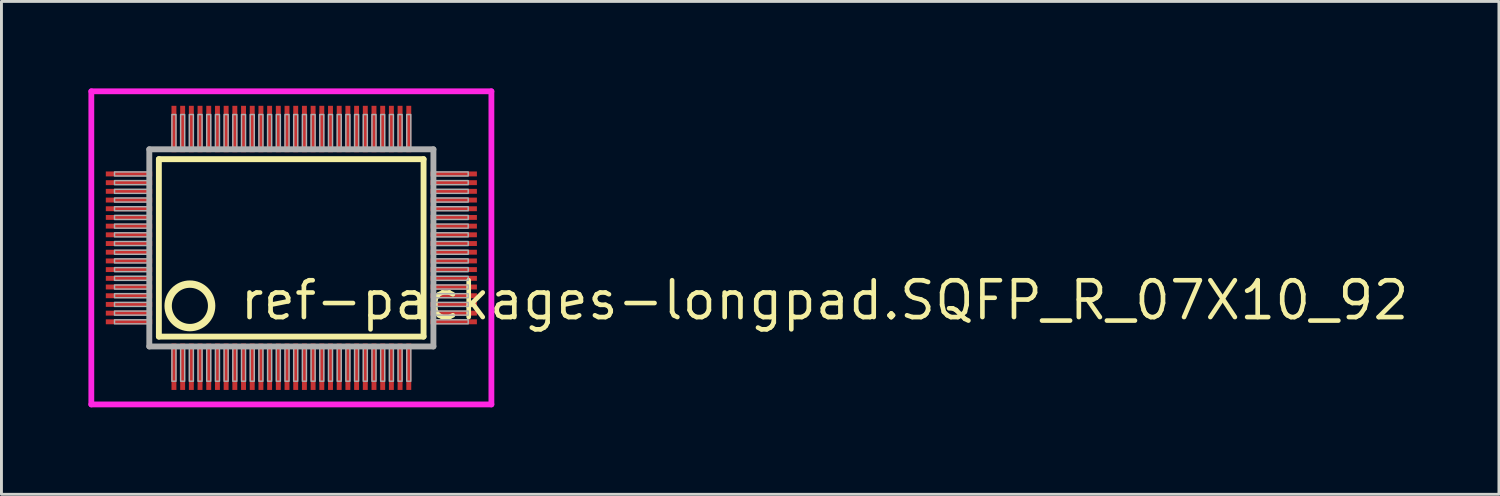
<source format=kicad_pcb>
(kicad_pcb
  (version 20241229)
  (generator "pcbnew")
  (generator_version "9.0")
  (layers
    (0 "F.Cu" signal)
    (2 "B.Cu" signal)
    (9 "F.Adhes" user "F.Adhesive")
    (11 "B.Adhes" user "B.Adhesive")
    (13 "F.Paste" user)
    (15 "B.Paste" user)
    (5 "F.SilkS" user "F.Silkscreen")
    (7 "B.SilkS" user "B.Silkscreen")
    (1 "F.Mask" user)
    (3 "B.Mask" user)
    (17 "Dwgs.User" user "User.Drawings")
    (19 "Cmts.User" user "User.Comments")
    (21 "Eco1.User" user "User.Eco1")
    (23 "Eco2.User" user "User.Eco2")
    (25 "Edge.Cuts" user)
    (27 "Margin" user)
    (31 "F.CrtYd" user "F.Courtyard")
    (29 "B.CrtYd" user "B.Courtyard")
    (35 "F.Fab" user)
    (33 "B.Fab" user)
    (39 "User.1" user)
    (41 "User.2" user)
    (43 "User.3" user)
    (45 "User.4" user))
  (footprint "ref-packages-longpad.SQFP_R_07X10_92"
    (layer "F.Cu")
    (at 7 5.5)
    (property "Reference" "ref-packages-longpad.SQFP_R_07X10_92" (at -1.85 2.55 0) (layer "F.SilkS") (effects (font (size 1.27 1.27) (thickness 0.16)) (justify left bottom)))
    (attr smd)
    (fp_line (start -4.57 -3.06) (end 4.56 -3.06) (stroke (width 0.203) (type default)) (layer "F.SilkS"))
    (fp_line (start -4.57 3.06) (end -4.57 -3.06) (stroke (width 0.203) (type default)) (layer "F.SilkS"))
    (fp_line (start 4.56 -3.06) (end 4.56 3.06) (stroke (width 0.203) (type default)) (layer "F.SilkS"))
    (fp_line (start 4.56 3.06) (end -4.57 3.06) (stroke (width 0.203) (type default)) (layer "F.SilkS"))
    (fp_circle (center -3.5 2) (end -2.75 2) (stroke (width 0.254) (type default)) (fill no) (layer "F.SilkS"))
    (fp_line (start -6.9 -5.4) (end 6.9 -5.4) (stroke (width 0.2) (type default)) (layer "F.CrtYd"))
    (fp_line (start -6.9 5.4) (end -6.9 -5.4) (stroke (width 0.2) (type default)) (layer "F.CrtYd"))
    (fp_line (start 6.9 -5.4) (end 6.9 5.4) (stroke (width 0.2) (type default)) (layer "F.CrtYd"))
    (fp_line (start 6.9 5.4) (end -6.9 5.4) (stroke (width 0.2) (type default)) (layer "F.CrtYd"))
    (fp_line (start -4.9 -3.4) (end -4.9 3.4) (stroke (width 0.203) (type default)) (layer "F.Fab"))
    (fp_line (start -4.9 3.4) (end 4.9 3.4) (stroke (width 0.203) (type default)) (layer "F.Fab"))
    (fp_line (start 4.9 -3.4) (end -4.9 -3.4) (stroke (width 0.203) (type default)) (layer "F.Fab"))
    (fp_line (start 4.9 3.4) (end 4.9 -3.4) (stroke (width 0.203) (type default)) (layer "F.Fab"))
    (fp_rect (start -6.1 -2.48) (end -4.95 -2.62) (stroke (width 0.05) (type default)) (fill no) (layer "F.Fab"))
    (fp_rect (start -6.1 -2.18) (end -4.95 -2.32) (stroke (width 0.05) (type default)) (fill no) (layer "F.Fab"))
    (fp_rect (start -6.1 -1.88) (end -4.95 -2.02) (stroke (width 0.05) (type default)) (fill no) (layer "F.Fab"))
    (fp_rect (start -6.1 -1.58) (end -4.95 -1.72) (stroke (width 0.05) (type default)) (fill no) (layer "F.Fab"))
    (fp_rect (start -6.1 -1.28) (end -4.95 -1.42) (stroke (width 0.05) (type default)) (fill no) (layer "F.Fab"))
    (fp_rect (start -6.1 -0.98) (end -4.95 -1.12) (stroke (width 0.05) (type default)) (fill no) (layer "F.Fab"))
    (fp_rect (start -6.1 -0.68) (end -4.95 -0.82) (stroke (width 0.05) (type default)) (fill no) (layer "F.Fab"))
    (fp_rect (start -6.1 -0.38) (end -4.95 -0.52) (stroke (width 0.05) (type default)) (fill no) (layer "F.Fab"))
    (fp_rect (start -6.1 -0.08) (end -4.95 -0.22) (stroke (width 0.05) (type default)) (fill no) (layer "F.Fab"))
    (fp_rect (start -6.1 0.22) (end -4.95 0.08) (stroke (width 0.05) (type default)) (fill no) (layer "F.Fab"))
    (fp_rect (start -6.1 0.52) (end -4.95 0.38) (stroke (width 0.05) (type default)) (fill no) (layer "F.Fab"))
    (fp_rect (start -6.1 0.82) (end -4.95 0.68) (stroke (width 0.05) (type default)) (fill no) (layer "F.Fab"))
    (fp_rect (start -6.1 1.12) (end -4.95 0.98) (stroke (width 0.05) (type default)) (fill no) (layer "F.Fab"))
    (fp_rect (start -6.1 1.42) (end -4.95 1.28) (stroke (width 0.05) (type default)) (fill no) (layer "F.Fab"))
    (fp_rect (start -6.1 1.72) (end -4.95 1.58) (stroke (width 0.05) (type default)) (fill no) (layer "F.Fab"))
    (fp_rect (start -6.1 2.02) (end -4.95 1.88) (stroke (width 0.05) (type default)) (fill no) (layer "F.Fab"))
    (fp_rect (start -6.1 2.32) (end -4.95 2.18) (stroke (width 0.05) (type default)) (fill no) (layer "F.Fab"))
    (fp_rect (start -6.1 2.62) (end -4.95 2.48) (stroke (width 0.05) (type default)) (fill no) (layer "F.Fab"))
    (fp_rect (start -4.12 -3.45) (end -3.98 -4.6) (stroke (width 0.05) (type default)) (fill no) (layer "F.Fab"))
    (fp_rect (start -4.12 4.6) (end -3.98 3.45) (stroke (width 0.05) (type default)) (fill no) (layer "F.Fab"))
    (fp_rect (start -3.82 -3.45) (end -3.68 -4.6) (stroke (width 0.05) (type default)) (fill no) (layer "F.Fab"))
    (fp_rect (start -3.82 4.6) (end -3.68 3.45) (stroke (width 0.05) (type default)) (fill no) (layer "F.Fab"))
    (fp_rect (start -3.52 -3.45) (end -3.38 -4.6) (stroke (width 0.05) (type default)) (fill no) (layer "F.Fab"))
    (fp_rect (start -3.52 4.6) (end -3.38 3.45) (stroke (width 0.05) (type default)) (fill no) (layer "F.Fab"))
    (fp_rect (start -3.22 -3.45) (end -3.08 -4.6) (stroke (width 0.05) (type default)) (fill no) (layer "F.Fab"))
    (fp_rect (start -3.22 4.6) (end -3.08 3.45) (stroke (width 0.05) (type default)) (fill no) (layer "F.Fab"))
    (fp_rect (start -2.92 -3.45) (end -2.78 -4.6) (stroke (width 0.05) (type default)) (fill no) (layer "F.Fab"))
    (fp_rect (start -2.92 4.6) (end -2.78 3.45) (stroke (width 0.05) (type default)) (fill no) (layer "F.Fab"))
    (fp_rect (start -2.62 -3.45) (end -2.48 -4.6) (stroke (width 0.05) (type default)) (fill no) (layer "F.Fab"))
    (fp_rect (start -2.62 4.6) (end -2.48 3.45) (stroke (width 0.05) (type default)) (fill no) (layer "F.Fab"))
    (fp_rect (start -2.32 -3.45) (end -2.18 -4.6) (stroke (width 0.05) (type default)) (fill no) (layer "F.Fab"))
    (fp_rect (start -2.32 4.6) (end -2.18 3.45) (stroke (width 0.05) (type default)) (fill no) (layer "F.Fab"))
    (fp_rect (start -2.02 -3.45) (end -1.88 -4.6) (stroke (width 0.05) (type default)) (fill no) (layer "F.Fab"))
    (fp_rect (start -2.02 4.6) (end -1.88 3.45) (stroke (width 0.05) (type default)) (fill no) (layer "F.Fab"))
    (fp_rect (start -1.72 -3.45) (end -1.58 -4.6) (stroke (width 0.05) (type default)) (fill no) (layer "F.Fab"))
    (fp_rect (start -1.72 4.6) (end -1.58 3.45) (stroke (width 0.05) (type default)) (fill no) (layer "F.Fab"))
    (fp_rect (start -1.42 -3.45) (end -1.28 -4.6) (stroke (width 0.05) (type default)) (fill no) (layer "F.Fab"))
    (fp_rect (start -1.42 4.6) (end -1.28 3.45) (stroke (width 0.05) (type default)) (fill no) (layer "F.Fab"))
    (fp_rect (start -1.12 -3.45) (end -0.98 -4.6) (stroke (width 0.05) (type default)) (fill no) (layer "F.Fab"))
    (fp_rect (start -1.12 4.6) (end -0.98 3.45) (stroke (width 0.05) (type default)) (fill no) (layer "F.Fab"))
    (fp_rect (start -0.82 -3.45) (end -0.68 -4.6) (stroke (width 0.05) (type default)) (fill no) (layer "F.Fab"))
    (fp_rect (start -0.82 4.6) (end -0.68 3.45) (stroke (width 0.05) (type default)) (fill no) (layer "F.Fab"))
    (fp_rect (start -0.52 -3.45) (end -0.38 -4.6) (stroke (width 0.05) (type default)) (fill no) (layer "F.Fab"))
    (fp_rect (start -0.52 4.6) (end -0.38 3.45) (stroke (width 0.05) (type default)) (fill no) (layer "F.Fab"))
    (fp_rect (start -0.22 -3.45) (end -0.08 -4.6) (stroke (width 0.05) (type default)) (fill no) (layer "F.Fab"))
    (fp_rect (start -0.22 4.6) (end -0.08 3.45) (stroke (width 0.05) (type default)) (fill no) (layer "F.Fab"))
    (fp_rect (start 0.08 -3.45) (end 0.22 -4.6) (stroke (width 0.05) (type default)) (fill no) (layer "F.Fab"))
    (fp_rect (start 0.08 4.6) (end 0.22 3.45) (stroke (width 0.05) (type default)) (fill no) (layer "F.Fab"))
    (fp_rect (start 0.38 -3.45) (end 0.52 -4.6) (stroke (width 0.05) (type default)) (fill no) (layer "F.Fab"))
    (fp_rect (start 0.38 4.6) (end 0.52 3.45) (stroke (width 0.05) (type default)) (fill no) (layer "F.Fab"))
    (fp_rect (start 0.68 -3.45) (end 0.82 -4.6) (stroke (width 0.05) (type default)) (fill no) (layer "F.Fab"))
    (fp_rect (start 0.68 4.6) (end 0.82 3.45) (stroke (width 0.05) (type default)) (fill no) (layer "F.Fab"))
    (fp_rect (start 0.98 -3.45) (end 1.12 -4.6) (stroke (width 0.05) (type default)) (fill no) (layer "F.Fab"))
    (fp_rect (start 0.98 4.6) (end 1.12 3.45) (stroke (width 0.05) (type default)) (fill no) (layer "F.Fab"))
    (fp_rect (start 1.28 -3.45) (end 1.42 -4.6) (stroke (width 0.05) (type default)) (fill no) (layer "F.Fab"))
    (fp_rect (start 1.28 4.6) (end 1.42 3.45) (stroke (width 0.05) (type default)) (fill no) (layer "F.Fab"))
    (fp_rect (start 1.58 -3.45) (end 1.72 -4.6) (stroke (width 0.05) (type default)) (fill no) (layer "F.Fab"))
    (fp_rect (start 1.58 4.6) (end 1.72 3.45) (stroke (width 0.05) (type default)) (fill no) (layer "F.Fab"))
    (fp_rect (start 1.88 -3.45) (end 2.02 -4.6) (stroke (width 0.05) (type default)) (fill no) (layer "F.Fab"))
    (fp_rect (start 1.88 4.6) (end 2.02 3.45) (stroke (width 0.05) (type default)) (fill no) (layer "F.Fab"))
    (fp_rect (start 2.18 -3.45) (end 2.32 -4.6) (stroke (width 0.05) (type default)) (fill no) (layer "F.Fab"))
    (fp_rect (start 2.18 4.6) (end 2.32 3.45) (stroke (width 0.05) (type default)) (fill no) (layer "F.Fab"))
    (fp_rect (start 2.48 -3.45) (end 2.62 -4.6) (stroke (width 0.05) (type default)) (fill no) (layer "F.Fab"))
    (fp_rect (start 2.48 4.6) (end 2.62 3.45) (stroke (width 0.05) (type default)) (fill no) (layer "F.Fab"))
    (fp_rect (start 2.78 -3.45) (end 2.92 -4.6) (stroke (width 0.05) (type default)) (fill no) (layer "F.Fab"))
    (fp_rect (start 2.78 4.6) (end 2.92 3.45) (stroke (width 0.05) (type default)) (fill no) (layer "F.Fab"))
    (fp_rect (start 3.08 -3.45) (end 3.22 -4.6) (stroke (width 0.05) (type default)) (fill no) (layer "F.Fab"))
    (fp_rect (start 3.08 4.6) (end 3.22 3.45) (stroke (width 0.05) (type default)) (fill no) (layer "F.Fab"))
    (fp_rect (start 3.38 -3.45) (end 3.52 -4.6) (stroke (width 0.05) (type default)) (fill no) (layer "F.Fab"))
    (fp_rect (start 3.38 4.6) (end 3.52 3.45) (stroke (width 0.05) (type default)) (fill no) (layer "F.Fab"))
    (fp_rect (start 3.68 -3.45) (end 3.82 -4.6) (stroke (width 0.05) (type default)) (fill no) (layer "F.Fab"))
    (fp_rect (start 3.68 4.6) (end 3.82 3.45) (stroke (width 0.05) (type default)) (fill no) (layer "F.Fab"))
    (fp_rect (start 3.98 -3.45) (end 4.12 -4.6) (stroke (width 0.05) (type default)) (fill no) (layer "F.Fab"))
    (fp_rect (start 3.98 4.6) (end 4.12 3.45) (stroke (width 0.05) (type default)) (fill no) (layer "F.Fab"))
    (fp_rect (start 4.95 -2.48) (end 6.1 -2.62) (stroke (width 0.05) (type default)) (fill no) (layer "F.Fab"))
    (fp_rect (start 4.95 -2.18) (end 6.1 -2.32) (stroke (width 0.05) (type default)) (fill no) (layer "F.Fab"))
    (fp_rect (start 4.95 -1.88) (end 6.1 -2.02) (stroke (width 0.05) (type default)) (fill no) (layer "F.Fab"))
    (fp_rect (start 4.95 -1.58) (end 6.1 -1.72) (stroke (width 0.05) (type default)) (fill no) (layer "F.Fab"))
    (fp_rect (start 4.95 -1.28) (end 6.1 -1.42) (stroke (width 0.05) (type default)) (fill no) (layer "F.Fab"))
    (fp_rect (start 4.95 -0.98) (end 6.1 -1.12) (stroke (width 0.05) (type default)) (fill no) (layer "F.Fab"))
    (fp_rect (start 4.95 -0.68) (end 6.1 -0.82) (stroke (width 0.05) (type default)) (fill no) (layer "F.Fab"))
    (fp_rect (start 4.95 -0.38) (end 6.1 -0.52) (stroke (width 0.05) (type default)) (fill no) (layer "F.Fab"))
    (fp_rect (start 4.95 -0.08) (end 6.1 -0.22) (stroke (width 0.05) (type default)) (fill no) (layer "F.Fab"))
    (fp_rect (start 4.95 0.22) (end 6.1 0.08) (stroke (width 0.05) (type default)) (fill no) (layer "F.Fab"))
    (fp_rect (start 4.95 0.52) (end 6.1 0.38) (stroke (width 0.05) (type default)) (fill no) (layer "F.Fab"))
    (fp_rect (start 4.95 0.82) (end 6.1 0.68) (stroke (width 0.05) (type default)) (fill no) (layer "F.Fab"))
    (fp_rect (start 4.95 1.12) (end 6.1 0.98) (stroke (width 0.05) (type default)) (fill no) (layer "F.Fab"))
    (fp_rect (start 4.95 1.42) (end 6.1 1.28) (stroke (width 0.05) (type default)) (fill no) (layer "F.Fab"))
    (fp_rect (start 4.95 1.72) (end 6.1 1.58) (stroke (width 0.05) (type default)) (fill no) (layer "F.Fab"))
    (fp_rect (start 4.95 2.02) (end 6.1 1.88) (stroke (width 0.05) (type default)) (fill no) (layer "F.Fab"))
    (fp_rect (start 4.95 2.32) (end 6.1 2.18) (stroke (width 0.05) (type default)) (fill no) (layer "F.Fab"))
    (fp_rect (start 4.95 2.62) (end 6.1 2.48) (stroke (width 0.05) (type default)) (fill no) (layer "F.Fab"))
    (pad "1" smd roundrect (at -4.05 4.1) (size 0.17 1.6) (layers "F.Cu" "F.Mask" "F.Paste") (roundrect_rratio 0.01))
    (pad "2" smd roundrect (at -3.75 4.1) (size 0.17 1.6) (layers "F.Cu" "F.Mask" "F.Paste") (roundrect_rratio 0.01))
    (pad "3" smd roundrect (at -3.45 4.1) (size 0.17 1.6) (layers "F.Cu" "F.Mask" "F.Paste") (roundrect_rratio 0.01))
    (pad "4" smd roundrect (at -3.15 4.1) (size 0.17 1.6) (layers "F.Cu" "F.Mask" "F.Paste") (roundrect_rratio 0.01))
    (pad "5" smd roundrect (at -2.85 4.1) (size 0.17 1.6) (layers "F.Cu" "F.Mask" "F.Paste") (roundrect_rratio 0.01))
    (pad "6" smd roundrect (at -2.55 4.1) (size 0.17 1.6) (layers "F.Cu" "F.Mask" "F.Paste") (roundrect_rratio 0.01))
    (pad "7" smd roundrect (at -2.25 4.1) (size 0.17 1.6) (layers "F.Cu" "F.Mask" "F.Paste") (roundrect_rratio 0.01))
    (pad "8" smd roundrect (at -1.95 4.1) (size 0.17 1.6) (layers "F.Cu" "F.Mask" "F.Paste") (roundrect_rratio 0.01))
    (pad "9" smd roundrect (at -1.65 4.1) (size 0.17 1.6) (layers "F.Cu" "F.Mask" "F.Paste") (roundrect_rratio 0.01))
    (pad "10" smd roundrect (at -1.35 4.1) (size 0.17 1.6) (layers "F.Cu" "F.Mask" "F.Paste") (roundrect_rratio 0.01))
    (pad "11" smd roundrect (at -1.05 4.1) (size 0.17 1.6) (layers "F.Cu" "F.Mask" "F.Paste") (roundrect_rratio 0.01))
    (pad "12" smd roundrect (at -0.75 4.1) (size 0.17 1.6) (layers "F.Cu" "F.Mask" "F.Paste") (roundrect_rratio 0.01))
    (pad "13" smd roundrect (at -0.45 4.1) (size 0.17 1.6) (layers "F.Cu" "F.Mask" "F.Paste") (roundrect_rratio 0.01))
    (pad "14" smd roundrect (at -0.15 4.1) (size 0.17 1.6) (layers "F.Cu" "F.Mask" "F.Paste") (roundrect_rratio 0.01))
    (pad "15" smd roundrect (at 0.15 4.1) (size 0.17 1.6) (layers "F.Cu" "F.Mask" "F.Paste") (roundrect_rratio 0.01))
    (pad "16" smd roundrect (at 0.45 4.1) (size 0.17 1.6) (layers "F.Cu" "F.Mask" "F.Paste") (roundrect_rratio 0.01))
    (pad "17" smd roundrect (at 0.75 4.1) (size 0.17 1.6) (layers "F.Cu" "F.Mask" "F.Paste") (roundrect_rratio 0.01))
    (pad "18" smd roundrect (at 1.05 4.1) (size 0.17 1.6) (layers "F.Cu" "F.Mask" "F.Paste") (roundrect_rratio 0.01))
    (pad "19" smd roundrect (at 1.35 4.1) (size 0.17 1.6) (layers "F.Cu" "F.Mask" "F.Paste") (roundrect_rratio 0.01))
    (pad "20" smd roundrect (at 1.65 4.1) (size 0.17 1.6) (layers "F.Cu" "F.Mask" "F.Paste") (roundrect_rratio 0.01))
    (pad "21" smd roundrect (at 1.95 4.1) (size 0.17 1.6) (layers "F.Cu" "F.Mask" "F.Paste") (roundrect_rratio 0.01))
    (pad "22" smd roundrect (at 2.25 4.1) (size 0.17 1.6) (layers "F.Cu" "F.Mask" "F.Paste") (roundrect_rratio 0.01))
    (pad "23" smd roundrect (at 2.55 4.1) (size 0.17 1.6) (layers "F.Cu" "F.Mask" "F.Paste") (roundrect_rratio 0.01))
    (pad "24" smd roundrect (at 2.85 4.1) (size 0.17 1.6) (layers "F.Cu" "F.Mask" "F.Paste") (roundrect_rratio 0.01))
    (pad "25" smd roundrect (at 3.15 4.1) (size 0.17 1.6) (layers "F.Cu" "F.Mask" "F.Paste") (roundrect_rratio 0.01))
    (pad "26" smd roundrect (at 3.45 4.1) (size 0.17 1.6) (layers "F.Cu" "F.Mask" "F.Paste") (roundrect_rratio 0.01))
    (pad "27" smd roundrect (at 3.75 4.1) (size 0.17 1.6) (layers "F.Cu" "F.Mask" "F.Paste") (roundrect_rratio 0.01))
    (pad "28" smd roundrect (at 4.05 4.1) (size 0.17 1.6) (layers "F.Cu" "F.Mask" "F.Paste") (roundrect_rratio 0.01))
    (pad "29" smd roundrect (at 5.6 2.55) (size 1.6 0.17) (layers "F.Cu" "F.Mask" "F.Paste") (roundrect_rratio 0.01))
    (pad "30" smd roundrect (at 5.6 2.25) (size 1.6 0.17) (layers "F.Cu" "F.Mask" "F.Paste") (roundrect_rratio 0.01))
    (pad "31" smd roundrect (at 5.6 1.95) (size 1.6 0.17) (layers "F.Cu" "F.Mask" "F.Paste") (roundrect_rratio 0.01))
    (pad "32" smd roundrect (at 5.6 1.65) (size 1.6 0.17) (layers "F.Cu" "F.Mask" "F.Paste") (roundrect_rratio 0.01))
    (pad "33" smd roundrect (at 5.6 1.35) (size 1.6 0.17) (layers "F.Cu" "F.Mask" "F.Paste") (roundrect_rratio 0.01))
    (pad "34" smd roundrect (at 5.6 1.05) (size 1.6 0.17) (layers "F.Cu" "F.Mask" "F.Paste") (roundrect_rratio 0.01))
    (pad "35" smd roundrect (at 5.6 0.75) (size 1.6 0.17) (layers "F.Cu" "F.Mask" "F.Paste") (roundrect_rratio 0.01))
    (pad "36" smd roundrect (at 5.6 0.45) (size 1.6 0.17) (layers "F.Cu" "F.Mask" "F.Paste") (roundrect_rratio 0.01))
    (pad "37" smd roundrect (at 5.6 0.15) (size 1.6 0.17) (layers "F.Cu" "F.Mask" "F.Paste") (roundrect_rratio 0.01))
    (pad "38" smd roundrect (at 5.6 -0.15) (size 1.6 0.17) (layers "F.Cu" "F.Mask" "F.Paste") (roundrect_rratio 0.01))
    (pad "39" smd roundrect (at 5.6 -0.45) (size 1.6 0.17) (layers "F.Cu" "F.Mask" "F.Paste") (roundrect_rratio 0.01))
    (pad "40" smd roundrect (at 5.6 -0.75) (size 1.6 0.17) (layers "F.Cu" "F.Mask" "F.Paste") (roundrect_rratio 0.01))
    (pad "41" smd roundrect (at 5.6 -1.05) (size 1.6 0.17) (layers "F.Cu" "F.Mask" "F.Paste") (roundrect_rratio 0.01))
    (pad "42" smd roundrect (at 5.6 -1.35) (size 1.6 0.17) (layers "F.Cu" "F.Mask" "F.Paste") (roundrect_rratio 0.01))
    (pad "43" smd roundrect (at 5.6 -1.65) (size 1.6 0.17) (layers "F.Cu" "F.Mask" "F.Paste") (roundrect_rratio 0.01))
    (pad "44" smd roundrect (at 5.6 -1.95) (size 1.6 0.17) (layers "F.Cu" "F.Mask" "F.Paste") (roundrect_rratio 0.01))
    (pad "45" smd roundrect (at 5.6 -2.25) (size 1.6 0.17) (layers "F.Cu" "F.Mask" "F.Paste") (roundrect_rratio 0.01))
    (pad "46" smd roundrect (at 5.6 -2.55) (size 1.6 0.17) (layers "F.Cu" "F.Mask" "F.Paste") (roundrect_rratio 0.01))
    (pad "47" smd roundrect (at 4.05 -4.1) (size 0.17 1.6) (layers "F.Cu" "F.Mask" "F.Paste") (roundrect_rratio 0.01))
    (pad "48" smd roundrect (at 3.75 -4.1) (size 0.17 1.6) (layers "F.Cu" "F.Mask" "F.Paste") (roundrect_rratio 0.01))
    (pad "49" smd roundrect (at 3.45 -4.1) (size 0.17 1.6) (layers "F.Cu" "F.Mask" "F.Paste") (roundrect_rratio 0.01))
    (pad "50" smd roundrect (at 3.15 -4.1) (size 0.17 1.6) (layers "F.Cu" "F.Mask" "F.Paste") (roundrect_rratio 0.01))
    (pad "51" smd roundrect (at 2.85 -4.1) (size 0.17 1.6) (layers "F.Cu" "F.Mask" "F.Paste") (roundrect_rratio 0.01))
    (pad "52" smd roundrect (at 2.55 -4.1) (size 0.17 1.6) (layers "F.Cu" "F.Mask" "F.Paste") (roundrect_rratio 0.01))
    (pad "53" smd roundrect (at 2.25 -4.1) (size 0.17 1.6) (layers "F.Cu" "F.Mask" "F.Paste") (roundrect_rratio 0.01))
    (pad "54" smd roundrect (at 1.95 -4.1) (size 0.17 1.6) (layers "F.Cu" "F.Mask" "F.Paste") (roundrect_rratio 0.01))
    (pad "55" smd roundrect (at 1.65 -4.1) (size 0.17 1.6) (layers "F.Cu" "F.Mask" "F.Paste") (roundrect_rratio 0.01))
    (pad "56" smd roundrect (at 1.35 -4.1) (size 0.17 1.6) (layers "F.Cu" "F.Mask" "F.Paste") (roundrect_rratio 0.01))
    (pad "57" smd roundrect (at 1.05 -4.1) (size 0.17 1.6) (layers "F.Cu" "F.Mask" "F.Paste") (roundrect_rratio 0.01))
    (pad "58" smd roundrect (at 0.75 -4.1) (size 0.17 1.6) (layers "F.Cu" "F.Mask" "F.Paste") (roundrect_rratio 0.01))
    (pad "59" smd roundrect (at 0.45 -4.1) (size 0.17 1.6) (layers "F.Cu" "F.Mask" "F.Paste") (roundrect_rratio 0.01))
    (pad "60" smd roundrect (at 0.15 -4.1) (size 0.17 1.6) (layers "F.Cu" "F.Mask" "F.Paste") (roundrect_rratio 0.01))
    (pad "61" smd roundrect (at -0.15 -4.1) (size 0.17 1.6) (layers "F.Cu" "F.Mask" "F.Paste") (roundrect_rratio 0.01))
    (pad "62" smd roundrect (at -0.45 -4.1) (size 0.17 1.6) (layers "F.Cu" "F.Mask" "F.Paste") (roundrect_rratio 0.01))
    (pad "63" smd roundrect (at -0.75 -4.1) (size 0.17 1.6) (layers "F.Cu" "F.Mask" "F.Paste") (roundrect_rratio 0.01))
    (pad "64" smd roundrect (at -1.05 -4.1) (size 0.17 1.6) (layers "F.Cu" "F.Mask" "F.Paste") (roundrect_rratio 0.01))
    (pad "65" smd roundrect (at -1.35 -4.1) (size 0.17 1.6) (layers "F.Cu" "F.Mask" "F.Paste") (roundrect_rratio 0.01))
    (pad "66" smd roundrect (at -1.65 -4.1) (size 0.17 1.6) (layers "F.Cu" "F.Mask" "F.Paste") (roundrect_rratio 0.01))
    (pad "67" smd roundrect (at -1.95 -4.1) (size 0.17 1.6) (layers "F.Cu" "F.Mask" "F.Paste") (roundrect_rratio 0.01))
    (pad "68" smd roundrect (at -2.25 -4.1) (size 0.17 1.6) (layers "F.Cu" "F.Mask" "F.Paste") (roundrect_rratio 0.01))
    (pad "69" smd roundrect (at -2.55 -4.1) (size 0.17 1.6) (layers "F.Cu" "F.Mask" "F.Paste") (roundrect_rratio 0.01))
    (pad "70" smd roundrect (at -2.85 -4.1) (size 0.17 1.6) (layers "F.Cu" "F.Mask" "F.Paste") (roundrect_rratio 0.01))
    (pad "71" smd roundrect (at -3.15 -4.1) (size 0.17 1.6) (layers "F.Cu" "F.Mask" "F.Paste") (roundrect_rratio 0.01))
    (pad "72" smd roundrect (at -3.45 -4.1) (size 0.17 1.6) (layers "F.Cu" "F.Mask" "F.Paste") (roundrect_rratio 0.01))
    (pad "73" smd roundrect (at -3.75 -4.1) (size 0.17 1.6) (layers "F.Cu" "F.Mask" "F.Paste") (roundrect_rratio 0.01))
    (pad "74" smd roundrect (at -4.05 -4.1) (size 0.17 1.6) (layers "F.Cu" "F.Mask" "F.Paste") (roundrect_rratio 0.01))
    (pad "75" smd roundrect (at -5.6 -2.55) (size 1.6 0.17) (layers "F.Cu" "F.Mask" "F.Paste") (roundrect_rratio 0.01))
    (pad "76" smd roundrect (at -5.6 -2.25) (size 1.6 0.17) (layers "F.Cu" "F.Mask" "F.Paste") (roundrect_rratio 0.01))
    (pad "77" smd roundrect (at -5.6 -1.95) (size 1.6 0.17) (layers "F.Cu" "F.Mask" "F.Paste") (roundrect_rratio 0.01))
    (pad "78" smd roundrect (at -5.6 -1.65) (size 1.6 0.17) (layers "F.Cu" "F.Mask" "F.Paste") (roundrect_rratio 0.01))
    (pad "79" smd roundrect (at -5.6 -1.35) (size 1.6 0.17) (layers "F.Cu" "F.Mask" "F.Paste") (roundrect_rratio 0.01))
    (pad "80" smd roundrect (at -5.6 -1.05) (size 1.6 0.17) (layers "F.Cu" "F.Mask" "F.Paste") (roundrect_rratio 0.01))
    (pad "81" smd roundrect (at -5.6 -0.75) (size 1.6 0.17) (layers "F.Cu" "F.Mask" "F.Paste") (roundrect_rratio 0.01))
    (pad "82" smd roundrect (at -5.6 -0.45) (size 1.6 0.17) (layers "F.Cu" "F.Mask" "F.Paste") (roundrect_rratio 0.01))
    (pad "83" smd roundrect (at -5.6 -0.15) (size 1.6 0.17) (layers "F.Cu" "F.Mask" "F.Paste") (roundrect_rratio 0.01))
    (pad "84" smd roundrect (at -5.6 0.15) (size 1.6 0.17) (layers "F.Cu" "F.Mask" "F.Paste") (roundrect_rratio 0.01))
    (pad "85" smd roundrect (at -5.6 0.45) (size 1.6 0.17) (layers "F.Cu" "F.Mask" "F.Paste") (roundrect_rratio 0.01))
    (pad "86" smd roundrect (at -5.6 0.75) (size 1.6 0.17) (layers "F.Cu" "F.Mask" "F.Paste") (roundrect_rratio 0.01))
    (pad "87" smd roundrect (at -5.6 1.05) (size 1.6 0.17) (layers "F.Cu" "F.Mask" "F.Paste") (roundrect_rratio 0.01))
    (pad "88" smd roundrect (at -5.6 1.35) (size 1.6 0.17) (layers "F.Cu" "F.Mask" "F.Paste") (roundrect_rratio 0.01))
    (pad "89" smd roundrect (at -5.6 1.65) (size 1.6 0.17) (layers "F.Cu" "F.Mask" "F.Paste") (roundrect_rratio 0.01))
    (pad "90" smd roundrect (at -5.6 1.95) (size 1.6 0.17) (layers "F.Cu" "F.Mask" "F.Paste") (roundrect_rratio 0.01))
    (pad "91" smd roundrect (at -5.6 2.25) (size 1.6 0.17) (layers "F.Cu" "F.Mask" "F.Paste") (roundrect_rratio 0.01))
    (pad "92" smd roundrect (at -5.6 2.55) (size 1.6 0.17) (layers "F.Cu" "F.Mask" "F.Paste") (roundrect_rratio 0.01)))
  (gr_rect
    (start -3 -3)
    (end 48.653 14)
    (stroke (width 0.1) (type default))
    (fill no)
    (layer "Edge.Cuts")))
</source>
